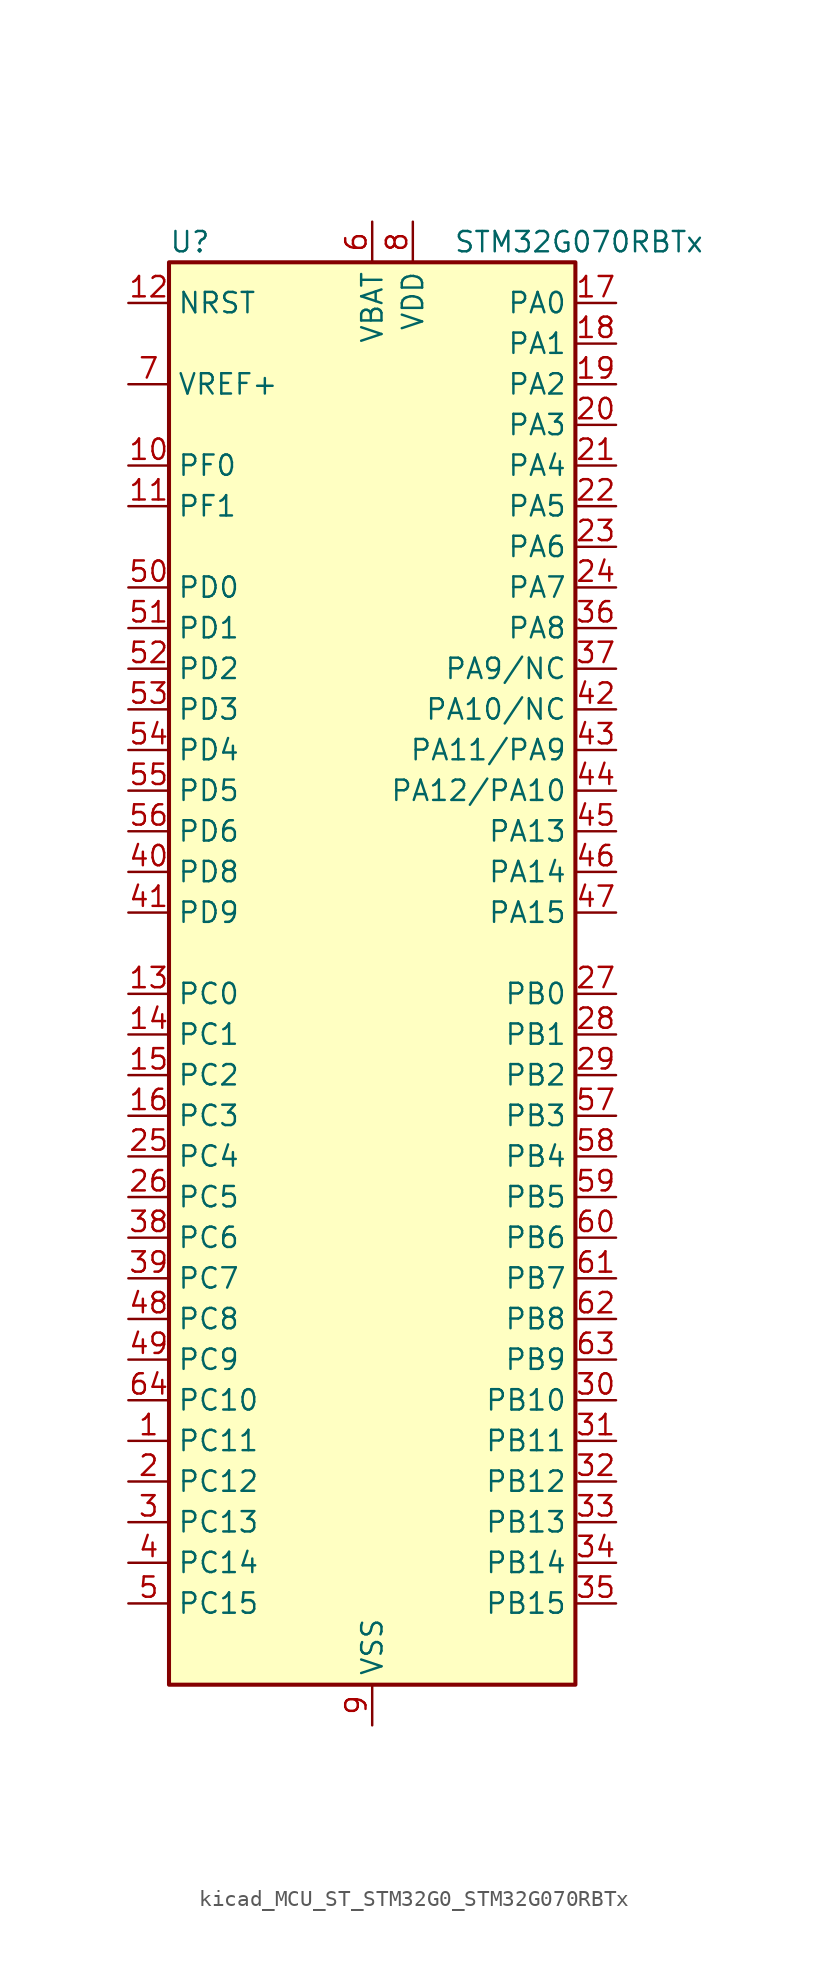
<source format=kicad_sym>
(kicad_symbol_lib
  (version 20220914)
  (generator kicad_symbol_editor)
  (symbol "kicad_MCU_ST_STM32G0_STM32G070RBTx"
    (property "Reference" "U"
      (at -12.7 46.99 0)
      (effects (font (size 1.27 1.27)) (justify left)))
    (property "Value" "STM32G070RBTx"
      (at 5.08 46.99 0)
      (effects (font (size 1.27 1.27)) (justify left)))
    (property "ki_locked" ""
      (at 0 0 0)
      (effects (font (size 1.27 1.27))))
    (symbol "kicad_MCU_ST_STM32G0_STM32G070RBTx_0_1"
      (rectangle (start -12.7 -43.18) (end 12.7 45.72) (stroke (width 0.254) (type default)) (fill (type background))))
    (symbol "kicad_MCU_ST_STM32G0_STM32G070RBTx_1_1"
      (pin bidirectional line (at -15.24 -27.94 0) (length 2.54) (name "PC11" (effects (font (size 1.27 1.27)))) (number "1" (effects (font (size 1.27 1.27)))) (alternate "ADC1_EXTI11" bidirectional line) (alternate "TIM1_CH4" bidirectional line) (alternate "USART3_RX" bidirectional line) (alternate "USART4_RX" bidirectional line))
      (pin bidirectional line (at -15.24 33.02 0) (length 2.54) (name "PF0" (effects (font (size 1.27 1.27)))) (number "10" (effects (font (size 1.27 1.27)))) (alternate "RCC_OSC_IN" bidirectional line) (alternate "TIM14_CH1" bidirectional line))
      (pin bidirectional line (at -15.24 30.48 0) (length 2.54) (name "PF1" (effects (font (size 1.27 1.27)))) (number "11" (effects (font (size 1.27 1.27)))) (alternate "RCC_OSC_EN" bidirectional line) (alternate "RCC_OSC_OUT" bidirectional line) (alternate "TIM15_CH1N" bidirectional line))
      (pin input line (at -15.24 43.18 0) (length 2.54) (name "NRST" (effects (font (size 1.27 1.27)))) (number "12" (effects (font (size 1.27 1.27)))))
      (pin bidirectional line (at -15.24 0 0) (length 2.54) (name "PC0" (effects (font (size 1.27 1.27)))) (number "13" (effects (font (size 1.27 1.27)))))
      (pin bidirectional line (at -15.24 -2.54 0) (length 2.54) (name "PC1" (effects (font (size 1.27 1.27)))) (number "14" (effects (font (size 1.27 1.27)))) (alternate "TIM15_CH1" bidirectional line))
      (pin bidirectional line (at -15.24 -5.08 0) (length 2.54) (name "PC2" (effects (font (size 1.27 1.27)))) (number "15" (effects (font (size 1.27 1.27)))) (alternate "SPI2_MISO" bidirectional line) (alternate "TIM15_CH2" bidirectional line))
      (pin bidirectional line (at -15.24 -7.62 0) (length 2.54) (name "PC3" (effects (font (size 1.27 1.27)))) (number "16" (effects (font (size 1.27 1.27)))) (alternate "SPI2_MOSI" bidirectional line))
      (pin bidirectional line (at 15.24 43.18 180) (length 2.54) (name "PA0" (effects (font (size 1.27 1.27)))) (number "17" (effects (font (size 1.27 1.27)))) (alternate "ADC1_IN0" bidirectional line) (alternate "RTC_TAMP_IN2" bidirectional line) (alternate "SPI2_SCK" bidirectional line) (alternate "SYS_WKUP1" bidirectional line) (alternate "USART2_CTS" bidirectional line) (alternate "USART2_NSS" bidirectional line) (alternate "USART4_TX" bidirectional line))
      (pin bidirectional line (at 15.24 40.64 180) (length 2.54) (name "PA1" (effects (font (size 1.27 1.27)))) (number "18" (effects (font (size 1.27 1.27)))) (alternate "ADC1_IN1" bidirectional line) (alternate "I2C1_SMBA" bidirectional line) (alternate "I2S1_CK" bidirectional line) (alternate "SPI1_SCK" bidirectional line) (alternate "TIM15_CH1N" bidirectional line) (alternate "USART2_CK" bidirectional line) (alternate "USART2_DE" bidirectional line) (alternate "USART2_RTS" bidirectional line) (alternate "USART4_RX" bidirectional line))
      (pin bidirectional line (at 15.24 38.1 180) (length 2.54) (name "PA2" (effects (font (size 1.27 1.27)))) (number "19" (effects (font (size 1.27 1.27)))) (alternate "ADC1_IN2" bidirectional line) (alternate "I2S1_SD" bidirectional line) (alternate "RCC_LSCO" bidirectional line) (alternate "SPI1_MOSI" bidirectional line) (alternate "SYS_WKUP4" bidirectional line) (alternate "TIM15_CH1" bidirectional line) (alternate "USART2_TX" bidirectional line))
      (pin bidirectional line (at -15.24 -30.48 0) (length 2.54) (name "PC12" (effects (font (size 1.27 1.27)))) (number "2" (effects (font (size 1.27 1.27)))) (alternate "TIM14_CH1" bidirectional line))
      (pin bidirectional line (at 15.24 35.56 180) (length 2.54) (name "PA3" (effects (font (size 1.27 1.27)))) (number "20" (effects (font (size 1.27 1.27)))) (alternate "ADC1_IN3" bidirectional line) (alternate "SPI2_MISO" bidirectional line) (alternate "TIM15_CH2" bidirectional line) (alternate "USART2_RX" bidirectional line))
      (pin bidirectional line (at 15.24 33.02 180) (length 2.54) (name "PA4" (effects (font (size 1.27 1.27)))) (number "21" (effects (font (size 1.27 1.27)))) (alternate "ADC1_IN4" bidirectional line) (alternate "I2S1_WS" bidirectional line) (alternate "RTC_OUT_ALARM" bidirectional line) (alternate "RTC_OUT_CALIB" bidirectional line) (alternate "SPI1_NSS" bidirectional line) (alternate "SPI2_MOSI" bidirectional line) (alternate "TIM14_CH1" bidirectional line))
      (pin bidirectional line (at 15.24 30.48 180) (length 2.54) (name "PA5" (effects (font (size 1.27 1.27)))) (number "22" (effects (font (size 1.27 1.27)))) (alternate "ADC1_IN5" bidirectional line) (alternate "I2S1_CK" bidirectional line) (alternate "SPI1_SCK" bidirectional line) (alternate "USART3_TX" bidirectional line))
      (pin bidirectional line (at 15.24 27.94 180) (length 2.54) (name "PA6" (effects (font (size 1.27 1.27)))) (number "23" (effects (font (size 1.27 1.27)))) (alternate "ADC1_IN6" bidirectional line) (alternate "I2S1_MCK" bidirectional line) (alternate "SPI1_MISO" bidirectional line) (alternate "TIM16_CH1" bidirectional line) (alternate "TIM1_BK" bidirectional line) (alternate "TIM3_CH1" bidirectional line) (alternate "USART3_CTS" bidirectional line) (alternate "USART3_NSS" bidirectional line))
      (pin bidirectional line (at 15.24 25.4 180) (length 2.54) (name "PA7" (effects (font (size 1.27 1.27)))) (number "24" (effects (font (size 1.27 1.27)))) (alternate "ADC1_IN7" bidirectional line) (alternate "I2S1_SD" bidirectional line) (alternate "SPI1_MOSI" bidirectional line) (alternate "TIM14_CH1" bidirectional line) (alternate "TIM17_CH1" bidirectional line) (alternate "TIM1_CH1N" bidirectional line) (alternate "TIM3_CH2" bidirectional line))
      (pin bidirectional line (at -15.24 -10.16 0) (length 2.54) (name "PC4" (effects (font (size 1.27 1.27)))) (number "25" (effects (font (size 1.27 1.27)))) (alternate "ADC1_IN17" bidirectional line) (alternate "USART1_TX" bidirectional line) (alternate "USART3_TX" bidirectional line))
      (pin bidirectional line (at -15.24 -12.7 0) (length 2.54) (name "PC5" (effects (font (size 1.27 1.27)))) (number "26" (effects (font (size 1.27 1.27)))) (alternate "ADC1_IN18" bidirectional line) (alternate "SYS_WKUP5" bidirectional line) (alternate "USART1_RX" bidirectional line) (alternate "USART3_RX" bidirectional line))
      (pin bidirectional line (at 15.24 0 180) (length 2.54) (name "PB0" (effects (font (size 1.27 1.27)))) (number "27" (effects (font (size 1.27 1.27)))) (alternate "ADC1_IN8" bidirectional line) (alternate "I2S1_WS" bidirectional line) (alternate "SPI1_NSS" bidirectional line) (alternate "TIM1_CH2N" bidirectional line) (alternate "TIM3_CH3" bidirectional line) (alternate "USART3_RX" bidirectional line))
      (pin bidirectional line (at 15.24 -2.54 180) (length 2.54) (name "PB1" (effects (font (size 1.27 1.27)))) (number "28" (effects (font (size 1.27 1.27)))) (alternate "ADC1_IN9" bidirectional line) (alternate "TIM14_CH1" bidirectional line) (alternate "TIM1_CH3N" bidirectional line) (alternate "TIM3_CH4" bidirectional line) (alternate "USART3_CK" bidirectional line) (alternate "USART3_DE" bidirectional line) (alternate "USART3_RTS" bidirectional line))
      (pin bidirectional line (at 15.24 -5.08 180) (length 2.54) (name "PB2" (effects (font (size 1.27 1.27)))) (number "29" (effects (font (size 1.27 1.27)))) (alternate "ADC1_IN10" bidirectional line) (alternate "SPI2_MISO" bidirectional line) (alternate "USART3_TX" bidirectional line))
      (pin bidirectional line (at -15.24 -33.02 0) (length 2.54) (name "PC13" (effects (font (size 1.27 1.27)))) (number "3" (effects (font (size 1.27 1.27)))) (alternate "RTC_OUT_ALARM" bidirectional line) (alternate "RTC_OUT_CALIB" bidirectional line) (alternate "RTC_TAMP_IN1" bidirectional line) (alternate "RTC_TS" bidirectional line) (alternate "SYS_WKUP2" bidirectional line) (alternate "TIM1_BK" bidirectional line))
      (pin bidirectional line (at 15.24 -25.4 180) (length 2.54) (name "PB10" (effects (font (size 1.27 1.27)))) (number "30" (effects (font (size 1.27 1.27)))) (alternate "ADC1_IN11" bidirectional line) (alternate "I2C2_SCL" bidirectional line) (alternate "SPI2_SCK" bidirectional line) (alternate "USART3_TX" bidirectional line))
      (pin bidirectional line (at 15.24 -27.94 180) (length 2.54) (name "PB11" (effects (font (size 1.27 1.27)))) (number "31" (effects (font (size 1.27 1.27)))) (alternate "ADC1_EXTI11" bidirectional line) (alternate "ADC1_IN15" bidirectional line) (alternate "I2C2_SDA" bidirectional line) (alternate "SPI2_MOSI" bidirectional line) (alternate "USART3_RX" bidirectional line))
      (pin bidirectional line (at 15.24 -30.48 180) (length 2.54) (name "PB12" (effects (font (size 1.27 1.27)))) (number "32" (effects (font (size 1.27 1.27)))) (alternate "ADC1_IN16" bidirectional line) (alternate "SPI2_NSS" bidirectional line) (alternate "TIM15_BK" bidirectional line) (alternate "TIM1_BK" bidirectional line))
      (pin bidirectional line (at 15.24 -33.02 180) (length 2.54) (name "PB13" (effects (font (size 1.27 1.27)))) (number "33" (effects (font (size 1.27 1.27)))) (alternate "I2C2_SCL" bidirectional line) (alternate "SPI2_SCK" bidirectional line) (alternate "TIM15_CH1N" bidirectional line) (alternate "TIM1_CH1N" bidirectional line) (alternate "USART3_CTS" bidirectional line) (alternate "USART3_NSS" bidirectional line))
      (pin bidirectional line (at 15.24 -35.56 180) (length 2.54) (name "PB14" (effects (font (size 1.27 1.27)))) (number "34" (effects (font (size 1.27 1.27)))) (alternate "I2C2_SDA" bidirectional line) (alternate "SPI2_MISO" bidirectional line) (alternate "TIM15_CH1" bidirectional line) (alternate "TIM1_CH2N" bidirectional line) (alternate "USART3_CK" bidirectional line) (alternate "USART3_DE" bidirectional line) (alternate "USART3_RTS" bidirectional line))
      (pin bidirectional line (at 15.24 -38.1 180) (length 2.54) (name "PB15" (effects (font (size 1.27 1.27)))) (number "35" (effects (font (size 1.27 1.27)))) (alternate "RTC_REFIN" bidirectional line) (alternate "SPI2_MOSI" bidirectional line) (alternate "TIM15_CH1N" bidirectional line) (alternate "TIM15_CH2" bidirectional line) (alternate "TIM1_CH3N" bidirectional line))
      (pin bidirectional line (at 15.24 22.86 180) (length 2.54) (name "PA8" (effects (font (size 1.27 1.27)))) (number "36" (effects (font (size 1.27 1.27)))) (alternate "RCC_MCO" bidirectional line) (alternate "SPI2_NSS" bidirectional line) (alternate "TIM1_CH1" bidirectional line))
      (pin bidirectional line (at 15.24 20.32 180) (length 2.54) (name "PA9/NC" (effects (font (size 1.27 1.27)))) (number "37" (effects (font (size 1.27 1.27)))) (alternate "I2C1_SCL" bidirectional line) (alternate "RCC_MCO" bidirectional line) (alternate "SPI2_MISO" bidirectional line) (alternate "TIM15_BK" bidirectional line) (alternate "TIM1_CH2" bidirectional line) (alternate "USART1_TX" bidirectional line))
      (pin bidirectional line (at -15.24 -15.24 0) (length 2.54) (name "PC6" (effects (font (size 1.27 1.27)))) (number "38" (effects (font (size 1.27 1.27)))) (alternate "TIM3_CH1" bidirectional line))
      (pin bidirectional line (at -15.24 -17.78 0) (length 2.54) (name "PC7" (effects (font (size 1.27 1.27)))) (number "39" (effects (font (size 1.27 1.27)))) (alternate "TIM3_CH2" bidirectional line))
      (pin bidirectional line (at -15.24 -35.56 0) (length 2.54) (name "PC14" (effects (font (size 1.27 1.27)))) (number "4" (effects (font (size 1.27 1.27)))) (alternate "RCC_OSC32_IN" bidirectional line) (alternate "TIM1_BK2" bidirectional line))
      (pin bidirectional line (at -15.24 7.62 0) (length 2.54) (name "PD8" (effects (font (size 1.27 1.27)))) (number "40" (effects (font (size 1.27 1.27)))) (alternate "I2S1_CK" bidirectional line) (alternate "SPI1_SCK" bidirectional line) (alternate "USART3_TX" bidirectional line))
      (pin bidirectional line (at -15.24 5.08 0) (length 2.54) (name "PD9" (effects (font (size 1.27 1.27)))) (number "41" (effects (font (size 1.27 1.27)))) (alternate "I2S1_WS" bidirectional line) (alternate "SPI1_NSS" bidirectional line) (alternate "TIM1_BK2" bidirectional line) (alternate "USART3_RX" bidirectional line))
      (pin bidirectional line (at 15.24 17.78 180) (length 2.54) (name "PA10/NC" (effects (font (size 1.27 1.27)))) (number "42" (effects (font (size 1.27 1.27)))) (alternate "I2C1_SDA" bidirectional line) (alternate "SPI2_MOSI" bidirectional line) (alternate "TIM17_BK" bidirectional line) (alternate "TIM1_CH3" bidirectional line) (alternate "USART1_RX" bidirectional line))
      (pin bidirectional line (at 15.24 15.24 180) (length 2.54) (name "PA11/PA9" (effects (font (size 1.27 1.27)))) (number "43" (effects (font (size 1.27 1.27)))) (alternate "ADC1_EXTI11" bidirectional line) (alternate "I2C2_SCL" bidirectional line) (alternate "I2S1_MCK" bidirectional line) (alternate "SPI1_MISO" bidirectional line) (alternate "TIM1_BK2" bidirectional line) (alternate "TIM1_CH4" bidirectional line) (alternate "USART1_CTS" bidirectional line) (alternate "USART1_NSS" bidirectional line))
      (pin bidirectional line (at 15.24 12.7 180) (length 2.54) (name "PA12/PA10" (effects (font (size 1.27 1.27)))) (number "44" (effects (font (size 1.27 1.27)))) (alternate "I2C2_SDA" bidirectional line) (alternate "I2S1_SD" bidirectional line) (alternate "I2S_CKIN" bidirectional line) (alternate "SPI1_MOSI" bidirectional line) (alternate "TIM1_ETR" bidirectional line) (alternate "USART1_CK" bidirectional line) (alternate "USART1_DE" bidirectional line) (alternate "USART1_RTS" bidirectional line))
      (pin bidirectional line (at 15.24 10.16 180) (length 2.54) (name "PA13" (effects (font (size 1.27 1.27)))) (number "45" (effects (font (size 1.27 1.27)))) (alternate "IR_OUT" bidirectional line) (alternate "SYS_SWDIO" bidirectional line))
      (pin bidirectional line (at 15.24 7.62 180) (length 2.54) (name "PA14" (effects (font (size 1.27 1.27)))) (number "46" (effects (font (size 1.27 1.27)))) (alternate "SYS_SWCLK" bidirectional line) (alternate "USART2_TX" bidirectional line))
      (pin bidirectional line (at 15.24 5.08 180) (length 2.54) (name "PA15" (effects (font (size 1.27 1.27)))) (number "47" (effects (font (size 1.27 1.27)))) (alternate "I2S1_WS" bidirectional line) (alternate "SPI1_NSS" bidirectional line) (alternate "USART2_RX" bidirectional line) (alternate "USART3_CK" bidirectional line) (alternate "USART3_DE" bidirectional line) (alternate "USART3_RTS" bidirectional line) (alternate "USART4_CK" bidirectional line) (alternate "USART4_DE" bidirectional line) (alternate "USART4_RTS" bidirectional line))
      (pin bidirectional line (at -15.24 -20.32 0) (length 2.54) (name "PC8" (effects (font (size 1.27 1.27)))) (number "48" (effects (font (size 1.27 1.27)))) (alternate "TIM1_CH1" bidirectional line) (alternate "TIM3_CH3" bidirectional line))
      (pin bidirectional line (at -15.24 -22.86 0) (length 2.54) (name "PC9" (effects (font (size 1.27 1.27)))) (number "49" (effects (font (size 1.27 1.27)))) (alternate "I2S_CKIN" bidirectional line) (alternate "TIM1_CH2" bidirectional line) (alternate "TIM3_CH4" bidirectional line))
      (pin bidirectional line (at -15.24 -38.1 0) (length 2.54) (name "PC15" (effects (font (size 1.27 1.27)))) (number "5" (effects (font (size 1.27 1.27)))) (alternate "RCC_OSC32_EN" bidirectional line) (alternate "RCC_OSC32_OUT" bidirectional line) (alternate "RCC_OSC_EN" bidirectional line) (alternate "TIM15_BK" bidirectional line))
      (pin bidirectional line (at -15.24 25.4 0) (length 2.54) (name "PD0" (effects (font (size 1.27 1.27)))) (number "50" (effects (font (size 1.27 1.27)))) (alternate "SPI2_NSS" bidirectional line) (alternate "TIM16_CH1" bidirectional line))
      (pin bidirectional line (at -15.24 22.86 0) (length 2.54) (name "PD1" (effects (font (size 1.27 1.27)))) (number "51" (effects (font (size 1.27 1.27)))) (alternate "SPI2_SCK" bidirectional line) (alternate "TIM17_CH1" bidirectional line))
      (pin bidirectional line (at -15.24 20.32 0) (length 2.54) (name "PD2" (effects (font (size 1.27 1.27)))) (number "52" (effects (font (size 1.27 1.27)))) (alternate "TIM1_CH1N" bidirectional line) (alternate "TIM3_ETR" bidirectional line) (alternate "USART3_CK" bidirectional line) (alternate "USART3_DE" bidirectional line) (alternate "USART3_RTS" bidirectional line))
      (pin bidirectional line (at -15.24 17.78 0) (length 2.54) (name "PD3" (effects (font (size 1.27 1.27)))) (number "53" (effects (font (size 1.27 1.27)))) (alternate "SPI2_MISO" bidirectional line) (alternate "TIM1_CH2N" bidirectional line) (alternate "USART2_CTS" bidirectional line) (alternate "USART2_NSS" bidirectional line))
      (pin bidirectional line (at -15.24 15.24 0) (length 2.54) (name "PD4" (effects (font (size 1.27 1.27)))) (number "54" (effects (font (size 1.27 1.27)))) (alternate "SPI2_MOSI" bidirectional line) (alternate "TIM1_CH3N" bidirectional line) (alternate "USART2_CK" bidirectional line) (alternate "USART2_DE" bidirectional line) (alternate "USART2_RTS" bidirectional line))
      (pin bidirectional line (at -15.24 12.7 0) (length 2.54) (name "PD5" (effects (font (size 1.27 1.27)))) (number "55" (effects (font (size 1.27 1.27)))) (alternate "I2S1_MCK" bidirectional line) (alternate "SPI1_MISO" bidirectional line) (alternate "TIM1_BK" bidirectional line) (alternate "USART2_TX" bidirectional line))
      (pin bidirectional line (at -15.24 10.16 0) (length 2.54) (name "PD6" (effects (font (size 1.27 1.27)))) (number "56" (effects (font (size 1.27 1.27)))) (alternate "I2S1_SD" bidirectional line) (alternate "SPI1_MOSI" bidirectional line) (alternate "USART2_RX" bidirectional line))
      (pin bidirectional line (at 15.24 -7.62 180) (length 2.54) (name "PB3" (effects (font (size 1.27 1.27)))) (number "57" (effects (font (size 1.27 1.27)))) (alternate "I2S1_CK" bidirectional line) (alternate "SPI1_SCK" bidirectional line) (alternate "TIM1_CH2" bidirectional line) (alternate "USART1_CK" bidirectional line) (alternate "USART1_DE" bidirectional line) (alternate "USART1_RTS" bidirectional line))
      (pin bidirectional line (at 15.24 -10.16 180) (length 2.54) (name "PB4" (effects (font (size 1.27 1.27)))) (number "58" (effects (font (size 1.27 1.27)))) (alternate "I2S1_MCK" bidirectional line) (alternate "SPI1_MISO" bidirectional line) (alternate "TIM17_BK" bidirectional line) (alternate "TIM3_CH1" bidirectional line) (alternate "USART1_CTS" bidirectional line) (alternate "USART1_NSS" bidirectional line))
      (pin bidirectional line (at 15.24 -12.7 180) (length 2.54) (name "PB5" (effects (font (size 1.27 1.27)))) (number "59" (effects (font (size 1.27 1.27)))) (alternate "I2C1_SMBA" bidirectional line) (alternate "I2S1_SD" bidirectional line) (alternate "SPI1_MOSI" bidirectional line) (alternate "SYS_WKUP6" bidirectional line) (alternate "TIM16_BK" bidirectional line) (alternate "TIM3_CH2" bidirectional line))
      (pin power_in line (at 0 48.26 270) (length 2.54) (name "VBAT" (effects (font (size 1.27 1.27)))) (number "6" (effects (font (size 1.27 1.27)))))
      (pin bidirectional line (at 15.24 -15.24 180) (length 2.54) (name "PB6" (effects (font (size 1.27 1.27)))) (number "60" (effects (font (size 1.27 1.27)))) (alternate "I2C1_SCL" bidirectional line) (alternate "SPI2_MISO" bidirectional line) (alternate "TIM16_CH1N" bidirectional line) (alternate "TIM1_CH3" bidirectional line) (alternate "USART1_TX" bidirectional line))
      (pin bidirectional line (at 15.24 -17.78 180) (length 2.54) (name "PB7" (effects (font (size 1.27 1.27)))) (number "61" (effects (font (size 1.27 1.27)))) (alternate "I2C1_SDA" bidirectional line) (alternate "SPI2_MOSI" bidirectional line) (alternate "TIM17_CH1N" bidirectional line) (alternate "USART1_RX" bidirectional line) (alternate "USART4_CTS" bidirectional line) (alternate "USART4_NSS" bidirectional line))
      (pin bidirectional line (at 15.24 -20.32 180) (length 2.54) (name "PB8" (effects (font (size 1.27 1.27)))) (number "62" (effects (font (size 1.27 1.27)))) (alternate "I2C1_SCL" bidirectional line) (alternate "SPI2_SCK" bidirectional line) (alternate "TIM15_BK" bidirectional line) (alternate "TIM16_CH1" bidirectional line) (alternate "USART3_TX" bidirectional line))
      (pin bidirectional line (at 15.24 -22.86 180) (length 2.54) (name "PB9" (effects (font (size 1.27 1.27)))) (number "63" (effects (font (size 1.27 1.27)))) (alternate "I2C1_SDA" bidirectional line) (alternate "IR_OUT" bidirectional line) (alternate "SPI2_NSS" bidirectional line) (alternate "TIM17_CH1" bidirectional line) (alternate "USART3_RX" bidirectional line))
      (pin bidirectional line (at -15.24 -25.4 0) (length 2.54) (name "PC10" (effects (font (size 1.27 1.27)))) (number "64" (effects (font (size 1.27 1.27)))) (alternate "TIM1_CH3" bidirectional line) (alternate "USART3_TX" bidirectional line) (alternate "USART4_TX" bidirectional line))
      (pin input line (at -15.24 38.1 0) (length 2.54) (name "VREF+" (effects (font (size 1.27 1.27)))) (number "7" (effects (font (size 1.27 1.27)))))
      (pin power_in line (at 2.54 48.26 270) (length 2.54) (name "VDD" (effects (font (size 1.27 1.27)))) (number "8" (effects (font (size 1.27 1.27)))))
      (pin power_in line (at 0 -45.72 90) (length 2.54) (name "VSS" (effects (font (size 1.27 1.27)))) (number "9" (effects (font (size 1.27 1.27))))))))
</source>
